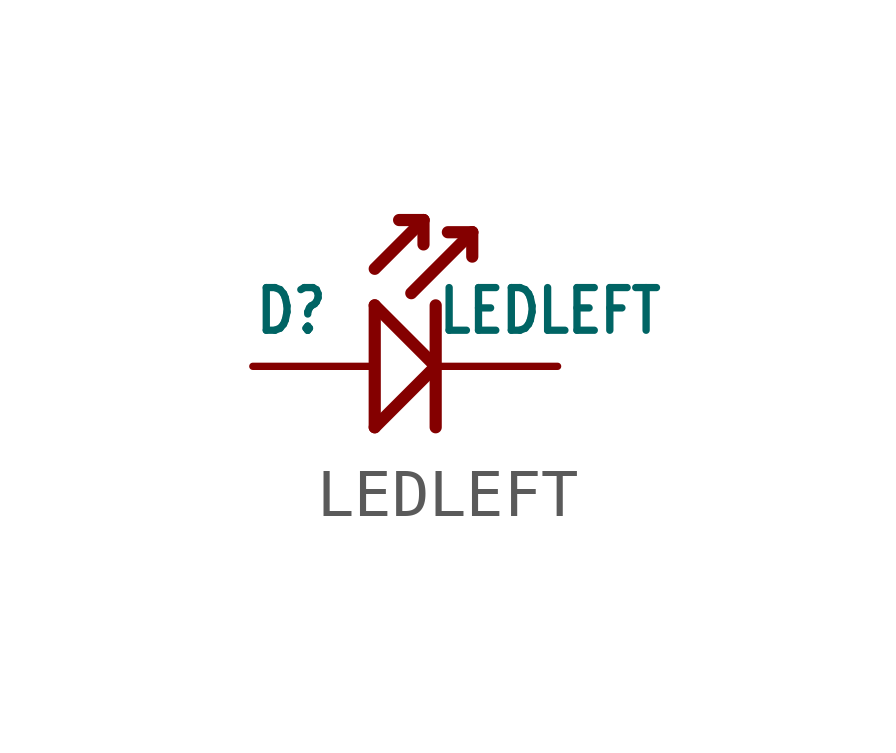
<source format=kicad_sym>
(kicad_symbol_lib
  (version 20211014)
  (generator kicad_symbol_editor)
  (symbol "LEDLEFT"
    (property "Reference" "D"
      (at -2.54 0.635 0)
      (effects (font (size 0.889 0.756)) (justify left bottom)))
    (property "Value" "LEDLEFT"
      (at 1.27 0.635 0)
      (effects (font (size 0.889 0.756)) (justify left bottom)))
    (property "ki_locked" ""
      (at 0 0 0)
      (effects (font (size 1.27 1.27))))
    (symbol "LEDLEFT_1_0"
      (polyline (pts (xy 0 -1.27) (xy 0 1.27)) (stroke (width 0.254) (type default) (color 0 0 0 0)) (fill (type none)))
      (polyline (pts (xy 0 1.27) (xy 1.27 0)) (stroke (width 0.254) (type default) (color 0 0 0 0)) (fill (type none)))
      (polyline (pts (xy 0 2.032) (xy 1.016 3.048)) (stroke (width 0.254) (type default) (color 0 0 0 0)) (fill (type none)))
      (polyline (pts (xy 0.762 1.524) (xy 2.032 2.794)) (stroke (width 0.254) (type default) (color 0 0 0 0)) (fill (type none)))
      (polyline (pts (xy 1.016 3.048) (xy 0.508 3.048)) (stroke (width 0.254) (type default) (color 0 0 0 0)) (fill (type none)))
      (polyline (pts (xy 1.016 3.048) (xy 1.016 2.54)) (stroke (width 0.254) (type default) (color 0 0 0 0)) (fill (type none)))
      (polyline (pts (xy 1.27 0) (xy 0 -1.27)) (stroke (width 0.254) (type default) (color 0 0 0 0)) (fill (type none)))
      (polyline (pts (xy 1.27 0) (xy 1.27 -1.27)) (stroke (width 0.254) (type default) (color 0 0 0 0)) (fill (type none)))
      (polyline (pts (xy 1.27 1.27) (xy 1.27 0)) (stroke (width 0.254) (type default) (color 0 0 0 0)) (fill (type none)))
      (polyline (pts (xy 2.032 2.794) (xy 1.524 2.794)) (stroke (width 0.254) (type default) (color 0 0 0 0)) (fill (type none)))
      (polyline (pts (xy 2.032 2.794) (xy 2.032 2.286)) (stroke (width 0.254) (type default) (color 0 0 0 0)) (fill (type none)))
      (pin passive line (at -2.54 0 0) (length 2.54) (name "+" (effects (font (size 0 0)))) (number "1" (effects (font (size 0 0)))))
      (pin passive line (at 3.81 0 180) (length 2.54) (name "-" (effects (font (size 0 0)))) (number "2" (effects (font (size 0 0))))))))
</source>
